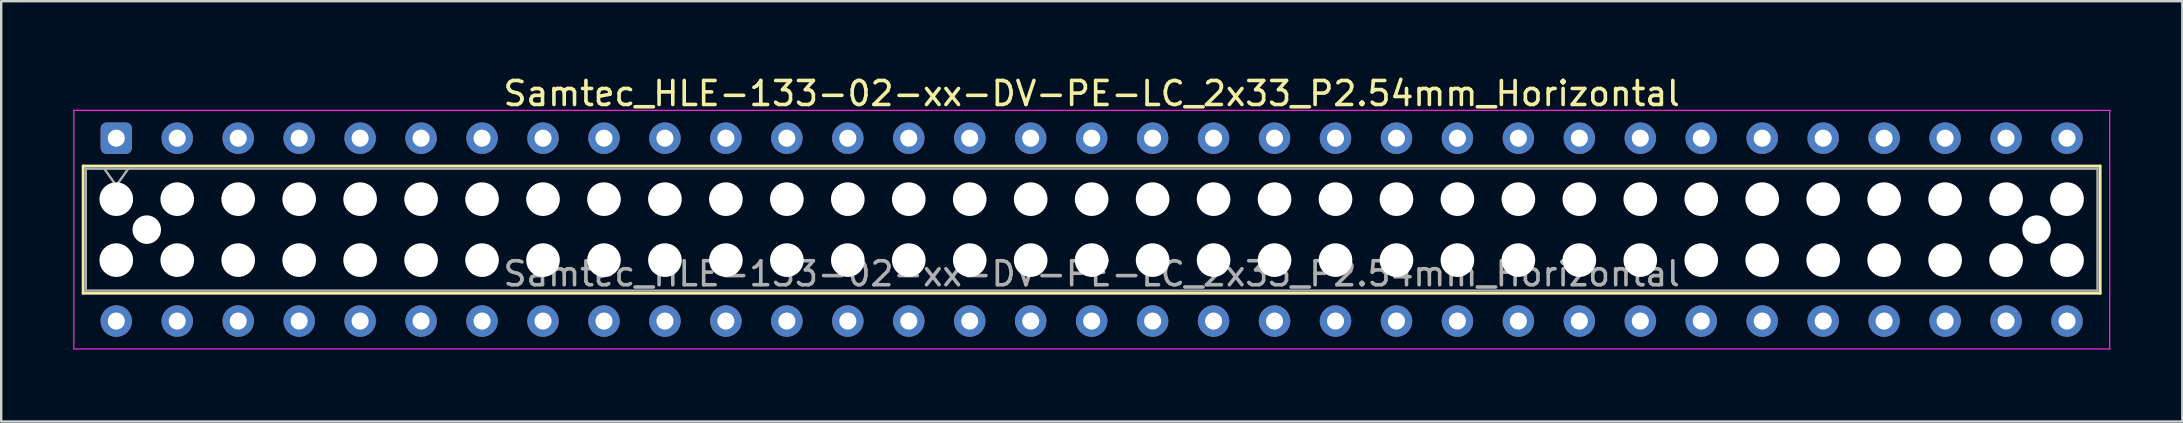
<source format=kicad_pcb>
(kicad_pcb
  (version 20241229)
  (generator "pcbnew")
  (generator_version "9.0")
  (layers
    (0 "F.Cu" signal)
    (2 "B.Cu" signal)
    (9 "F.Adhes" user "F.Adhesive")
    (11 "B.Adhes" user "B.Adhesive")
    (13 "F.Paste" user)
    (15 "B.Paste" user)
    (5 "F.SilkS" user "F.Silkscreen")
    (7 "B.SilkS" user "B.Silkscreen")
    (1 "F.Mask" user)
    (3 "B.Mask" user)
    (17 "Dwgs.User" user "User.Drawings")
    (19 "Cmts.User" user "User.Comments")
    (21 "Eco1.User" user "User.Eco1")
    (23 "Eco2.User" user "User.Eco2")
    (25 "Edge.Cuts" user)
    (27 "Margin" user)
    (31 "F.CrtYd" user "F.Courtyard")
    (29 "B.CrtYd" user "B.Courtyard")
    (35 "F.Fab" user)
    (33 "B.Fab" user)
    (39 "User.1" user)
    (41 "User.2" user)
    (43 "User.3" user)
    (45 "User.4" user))
  (footprint "Samtec_HLE-133-02-xx-DV-PE-LC_2x33_P2.54mm_Horizontal"
    (layer "F.Cu")
    (at 1.795 2.708)
    (property "Reference" "Samtec_HLE-133-02-xx-DV-PE-LC_2x33_P2.54mm_Horizontal" (at 40.64 -1.86 0) (layer "F.SilkS") (effects (font (size 1 1) (thickness 0.15))))
    (attr through_hole)
    (fp_line (start -1.38 1.16) (end 82.66 1.16) (stroke (width 0.12) (type solid)) (layer "F.SilkS"))
    (fp_line (start -1.38 6.46) (end -1.38 1.16) (stroke (width 0.12) (type solid)) (layer "F.SilkS"))
    (fp_line (start 82.66 1.16) (end 82.66 6.46) (stroke (width 0.12) (type solid)) (layer "F.SilkS"))
    (fp_line (start 82.66 6.46) (end -1.38 6.46) (stroke (width 0.12) (type solid)) (layer "F.SilkS"))
    (fp_line (start -1.77 -1.16) (end 83.06 -1.16) (stroke (width 0.05) (type solid)) (layer "F.CrtYd"))
    (fp_line (start -1.77 8.78) (end -1.77 -1.16) (stroke (width 0.05) (type solid)) (layer "F.CrtYd"))
    (fp_line (start 83.06 -1.16) (end 83.06 8.78) (stroke (width 0.05) (type solid)) (layer "F.CrtYd"))
    (fp_line (start 83.06 8.78) (end -1.77 8.78) (stroke (width 0.05) (type solid)) (layer "F.CrtYd"))
    (fp_line (start -1.27 1.27) (end 82.55 1.27) (stroke (width 0.1) (type solid)) (layer "F.Fab"))
    (fp_line (start -1.27 6.35) (end -1.27 1.27) (stroke (width 0.1) (type solid)) (layer "F.Fab"))
    (fp_line (start -0.5 1.27) (end 0 1.977) (stroke (width 0.1) (type solid)) (layer "F.Fab"))
    (fp_line (start 0 1.977) (end 0.5 1.27) (stroke (width 0.1) (type solid)) (layer "F.Fab"))
    (fp_line (start 82.55 1.27) (end 82.55 6.35) (stroke (width 0.1) (type solid)) (layer "F.Fab"))
    (fp_line (start 82.55 6.35) (end -1.27 6.35) (stroke (width 0.1) (type solid)) (layer "F.Fab"))
    (fp_text user "${REFERENCE}" (at 40.64 5.65 0) (layer "F.Fab") (effects (font (size 1 1) (thickness 0.15))))
    (pad "" np_thru_hole circle (at 0 2.54) (size 1.4 1.4) (drill 1.4) (layers "*.Cu" "*.Mask"))
    (pad "" np_thru_hole circle (at 0 5.08) (size 1.4 1.4) (drill 1.4) (layers "*.Cu" "*.Mask"))
    (pad "" np_thru_hole circle (at 1.27 3.81) (size 1.19 1.19) (drill 1.19) (layers "*.Cu" "*.Mask"))
    (pad "" np_thru_hole circle (at 2.54 2.54) (size 1.4 1.4) (drill 1.4) (layers "*.Cu" "*.Mask"))
    (pad "" np_thru_hole circle (at 2.54 5.08) (size 1.4 1.4) (drill 1.4) (layers "*.Cu" "*.Mask"))
    (pad "" np_thru_hole circle (at 5.08 2.54) (size 1.4 1.4) (drill 1.4) (layers "*.Cu" "*.Mask"))
    (pad "" np_thru_hole circle (at 5.08 5.08) (size 1.4 1.4) (drill 1.4) (layers "*.Cu" "*.Mask"))
    (pad "" np_thru_hole circle (at 7.62 2.54) (size 1.4 1.4) (drill 1.4) (layers "*.Cu" "*.Mask"))
    (pad "" np_thru_hole circle (at 7.62 5.08) (size 1.4 1.4) (drill 1.4) (layers "*.Cu" "*.Mask"))
    (pad "" np_thru_hole circle (at 10.16 2.54) (size 1.4 1.4) (drill 1.4) (layers "*.Cu" "*.Mask"))
    (pad "" np_thru_hole circle (at 10.16 5.08) (size 1.4 1.4) (drill 1.4) (layers "*.Cu" "*.Mask"))
    (pad "" np_thru_hole circle (at 12.7 2.54) (size 1.4 1.4) (drill 1.4) (layers "*.Cu" "*.Mask"))
    (pad "" np_thru_hole circle (at 12.7 5.08) (size 1.4 1.4) (drill 1.4) (layers "*.Cu" "*.Mask"))
    (pad "" np_thru_hole circle (at 15.24 2.54) (size 1.4 1.4) (drill 1.4) (layers "*.Cu" "*.Mask"))
    (pad "" np_thru_hole circle (at 15.24 5.08) (size 1.4 1.4) (drill 1.4) (layers "*.Cu" "*.Mask"))
    (pad "" np_thru_hole circle (at 17.78 2.54) (size 1.4 1.4) (drill 1.4) (layers "*.Cu" "*.Mask"))
    (pad "" np_thru_hole circle (at 17.78 5.08) (size 1.4 1.4) (drill 1.4) (layers "*.Cu" "*.Mask"))
    (pad "" np_thru_hole circle (at 20.32 2.54) (size 1.4 1.4) (drill 1.4) (layers "*.Cu" "*.Mask"))
    (pad "" np_thru_hole circle (at 20.32 5.08) (size 1.4 1.4) (drill 1.4) (layers "*.Cu" "*.Mask"))
    (pad "" np_thru_hole circle (at 22.86 2.54) (size 1.4 1.4) (drill 1.4) (layers "*.Cu" "*.Mask"))
    (pad "" np_thru_hole circle (at 22.86 5.08) (size 1.4 1.4) (drill 1.4) (layers "*.Cu" "*.Mask"))
    (pad "" np_thru_hole circle (at 25.4 2.54) (size 1.4 1.4) (drill 1.4) (layers "*.Cu" "*.Mask"))
    (pad "" np_thru_hole circle (at 25.4 5.08) (size 1.4 1.4) (drill 1.4) (layers "*.Cu" "*.Mask"))
    (pad "" np_thru_hole circle (at 27.94 2.54) (size 1.4 1.4) (drill 1.4) (layers "*.Cu" "*.Mask"))
    (pad "" np_thru_hole circle (at 27.94 5.08) (size 1.4 1.4) (drill 1.4) (layers "*.Cu" "*.Mask"))
    (pad "" np_thru_hole circle (at 30.48 2.54) (size 1.4 1.4) (drill 1.4) (layers "*.Cu" "*.Mask"))
    (pad "" np_thru_hole circle (at 30.48 5.08) (size 1.4 1.4) (drill 1.4) (layers "*.Cu" "*.Mask"))
    (pad "" np_thru_hole circle (at 33.02 2.54) (size 1.4 1.4) (drill 1.4) (layers "*.Cu" "*.Mask"))
    (pad "" np_thru_hole circle (at 33.02 5.08) (size 1.4 1.4) (drill 1.4) (layers "*.Cu" "*.Mask"))
    (pad "" np_thru_hole circle (at 35.56 2.54) (size 1.4 1.4) (drill 1.4) (layers "*.Cu" "*.Mask"))
    (pad "" np_thru_hole circle (at 35.56 5.08) (size 1.4 1.4) (drill 1.4) (layers "*.Cu" "*.Mask"))
    (pad "" np_thru_hole circle (at 38.1 2.54) (size 1.4 1.4) (drill 1.4) (layers "*.Cu" "*.Mask"))
    (pad "" np_thru_hole circle (at 38.1 5.08) (size 1.4 1.4) (drill 1.4) (layers "*.Cu" "*.Mask"))
    (pad "" np_thru_hole circle (at 40.64 2.54) (size 1.4 1.4) (drill 1.4) (layers "*.Cu" "*.Mask"))
    (pad "" np_thru_hole circle (at 40.64 5.08) (size 1.4 1.4) (drill 1.4) (layers "*.Cu" "*.Mask"))
    (pad "" np_thru_hole circle (at 43.18 2.54) (size 1.4 1.4) (drill 1.4) (layers "*.Cu" "*.Mask"))
    (pad "" np_thru_hole circle (at 43.18 5.08) (size 1.4 1.4) (drill 1.4) (layers "*.Cu" "*.Mask"))
    (pad "" np_thru_hole circle (at 45.72 2.54) (size 1.4 1.4) (drill 1.4) (layers "*.Cu" "*.Mask"))
    (pad "" np_thru_hole circle (at 45.72 5.08) (size 1.4 1.4) (drill 1.4) (layers "*.Cu" "*.Mask"))
    (pad "" np_thru_hole circle (at 48.26 2.54) (size 1.4 1.4) (drill 1.4) (layers "*.Cu" "*.Mask"))
    (pad "" np_thru_hole circle (at 48.26 5.08) (size 1.4 1.4) (drill 1.4) (layers "*.Cu" "*.Mask"))
    (pad "" np_thru_hole circle (at 50.8 2.54) (size 1.4 1.4) (drill 1.4) (layers "*.Cu" "*.Mask"))
    (pad "" np_thru_hole circle (at 50.8 5.08) (size 1.4 1.4) (drill 1.4) (layers "*.Cu" "*.Mask"))
    (pad "" np_thru_hole circle (at 53.34 2.54) (size 1.4 1.4) (drill 1.4) (layers "*.Cu" "*.Mask"))
    (pad "" np_thru_hole circle (at 53.34 5.08) (size 1.4 1.4) (drill 1.4) (layers "*.Cu" "*.Mask"))
    (pad "" np_thru_hole circle (at 55.88 2.54) (size 1.4 1.4) (drill 1.4) (layers "*.Cu" "*.Mask"))
    (pad "" np_thru_hole circle (at 55.88 5.08) (size 1.4 1.4) (drill 1.4) (layers "*.Cu" "*.Mask"))
    (pad "" np_thru_hole circle (at 58.42 2.54) (size 1.4 1.4) (drill 1.4) (layers "*.Cu" "*.Mask"))
    (pad "" np_thru_hole circle (at 58.42 5.08) (size 1.4 1.4) (drill 1.4) (layers "*.Cu" "*.Mask"))
    (pad "" np_thru_hole circle (at 60.96 2.54) (size 1.4 1.4) (drill 1.4) (layers "*.Cu" "*.Mask"))
    (pad "" np_thru_hole circle (at 60.96 5.08) (size 1.4 1.4) (drill 1.4) (layers "*.Cu" "*.Mask"))
    (pad "" np_thru_hole circle (at 63.5 2.54) (size 1.4 1.4) (drill 1.4) (layers "*.Cu" "*.Mask"))
    (pad "" np_thru_hole circle (at 63.5 5.08) (size 1.4 1.4) (drill 1.4) (layers "*.Cu" "*.Mask"))
    (pad "" np_thru_hole circle (at 66.04 2.54) (size 1.4 1.4) (drill 1.4) (layers "*.Cu" "*.Mask"))
    (pad "" np_thru_hole circle (at 66.04 5.08) (size 1.4 1.4) (drill 1.4) (layers "*.Cu" "*.Mask"))
    (pad "" np_thru_hole circle (at 68.58 2.54) (size 1.4 1.4) (drill 1.4) (layers "*.Cu" "*.Mask"))
    (pad "" np_thru_hole circle (at 68.58 5.08) (size 1.4 1.4) (drill 1.4) (layers "*.Cu" "*.Mask"))
    (pad "" np_thru_hole circle (at 71.12 2.54) (size 1.4 1.4) (drill 1.4) (layers "*.Cu" "*.Mask"))
    (pad "" np_thru_hole circle (at 71.12 5.08) (size 1.4 1.4) (drill 1.4) (layers "*.Cu" "*.Mask"))
    (pad "" np_thru_hole circle (at 73.66 2.54) (size 1.4 1.4) (drill 1.4) (layers "*.Cu" "*.Mask"))
    (pad "" np_thru_hole circle (at 73.66 5.08) (size 1.4 1.4) (drill 1.4) (layers "*.Cu" "*.Mask"))
    (pad "" np_thru_hole circle (at 76.2 2.54) (size 1.4 1.4) (drill 1.4) (layers "*.Cu" "*.Mask"))
    (pad "" np_thru_hole circle (at 76.2 5.08) (size 1.4 1.4) (drill 1.4) (layers "*.Cu" "*.Mask"))
    (pad "" np_thru_hole circle (at 78.74 2.54) (size 1.4 1.4) (drill 1.4) (layers "*.Cu" "*.Mask"))
    (pad "" np_thru_hole circle (at 78.74 5.08) (size 1.4 1.4) (drill 1.4) (layers "*.Cu" "*.Mask"))
    (pad "" np_thru_hole circle (at 80.01 3.81) (size 1.19 1.19) (drill 1.19) (layers "*.Cu" "*.Mask"))
    (pad "" np_thru_hole circle (at 81.28 2.54) (size 1.4 1.4) (drill 1.4) (layers "*.Cu" "*.Mask"))
    (pad "" np_thru_hole circle (at 81.28 5.08) (size 1.4 1.4) (drill 1.4) (layers "*.Cu" "*.Mask"))
    (pad "1" thru_hole roundrect (at 0 0) (size 1.31 1.31) (drill 0.71) (layers "*.Cu" "*.Mask") (roundrect_rratio 0.191))
    (pad "2" thru_hole circle (at 0 7.62) (size 1.31 1.31) (drill 0.71) (layers "*.Cu" "*.Mask"))
    (pad "3" thru_hole circle (at 2.54 0) (size 1.31 1.31) (drill 0.71) (layers "*.Cu" "*.Mask"))
    (pad "4" thru_hole circle (at 2.54 7.62) (size 1.31 1.31) (drill 0.71) (layers "*.Cu" "*.Mask"))
    (pad "5" thru_hole circle (at 5.08 0) (size 1.31 1.31) (drill 0.71) (layers "*.Cu" "*.Mask"))
    (pad "6" thru_hole circle (at 5.08 7.62) (size 1.31 1.31) (drill 0.71) (layers "*.Cu" "*.Mask"))
    (pad "7" thru_hole circle (at 7.62 0) (size 1.31 1.31) (drill 0.71) (layers "*.Cu" "*.Mask"))
    (pad "8" thru_hole circle (at 7.62 7.62) (size 1.31 1.31) (drill 0.71) (layers "*.Cu" "*.Mask"))
    (pad "9" thru_hole circle (at 10.16 0) (size 1.31 1.31) (drill 0.71) (layers "*.Cu" "*.Mask"))
    (pad "10" thru_hole circle (at 10.16 7.62) (size 1.31 1.31) (drill 0.71) (layers "*.Cu" "*.Mask"))
    (pad "11" thru_hole circle (at 12.7 0) (size 1.31 1.31) (drill 0.71) (layers "*.Cu" "*.Mask"))
    (pad "12" thru_hole circle (at 12.7 7.62) (size 1.31 1.31) (drill 0.71) (layers "*.Cu" "*.Mask"))
    (pad "13" thru_hole circle (at 15.24 0) (size 1.31 1.31) (drill 0.71) (layers "*.Cu" "*.Mask"))
    (pad "14" thru_hole circle (at 15.24 7.62) (size 1.31 1.31) (drill 0.71) (layers "*.Cu" "*.Mask"))
    (pad "15" thru_hole circle (at 17.78 0) (size 1.31 1.31) (drill 0.71) (layers "*.Cu" "*.Mask"))
    (pad "16" thru_hole circle (at 17.78 7.62) (size 1.31 1.31) (drill 0.71) (layers "*.Cu" "*.Mask"))
    (pad "17" thru_hole circle (at 20.32 0) (size 1.31 1.31) (drill 0.71) (layers "*.Cu" "*.Mask"))
    (pad "18" thru_hole circle (at 20.32 7.62) (size 1.31 1.31) (drill 0.71) (layers "*.Cu" "*.Mask"))
    (pad "19" thru_hole circle (at 22.86 0) (size 1.31 1.31) (drill 0.71) (layers "*.Cu" "*.Mask"))
    (pad "20" thru_hole circle (at 22.86 7.62) (size 1.31 1.31) (drill 0.71) (layers "*.Cu" "*.Mask"))
    (pad "21" thru_hole circle (at 25.4 0) (size 1.31 1.31) (drill 0.71) (layers "*.Cu" "*.Mask"))
    (pad "22" thru_hole circle (at 25.4 7.62) (size 1.31 1.31) (drill 0.71) (layers "*.Cu" "*.Mask"))
    (pad "23" thru_hole circle (at 27.94 0) (size 1.31 1.31) (drill 0.71) (layers "*.Cu" "*.Mask"))
    (pad "24" thru_hole circle (at 27.94 7.62) (size 1.31 1.31) (drill 0.71) (layers "*.Cu" "*.Mask"))
    (pad "25" thru_hole circle (at 30.48 0) (size 1.31 1.31) (drill 0.71) (layers "*.Cu" "*.Mask"))
    (pad "26" thru_hole circle (at 30.48 7.62) (size 1.31 1.31) (drill 0.71) (layers "*.Cu" "*.Mask"))
    (pad "27" thru_hole circle (at 33.02 0) (size 1.31 1.31) (drill 0.71) (layers "*.Cu" "*.Mask"))
    (pad "28" thru_hole circle (at 33.02 7.62) (size 1.31 1.31) (drill 0.71) (layers "*.Cu" "*.Mask"))
    (pad "29" thru_hole circle (at 35.56 0) (size 1.31 1.31) (drill 0.71) (layers "*.Cu" "*.Mask"))
    (pad "30" thru_hole circle (at 35.56 7.62) (size 1.31 1.31) (drill 0.71) (layers "*.Cu" "*.Mask"))
    (pad "31" thru_hole circle (at 38.1 0) (size 1.31 1.31) (drill 0.71) (layers "*.Cu" "*.Mask"))
    (pad "32" thru_hole circle (at 38.1 7.62) (size 1.31 1.31) (drill 0.71) (layers "*.Cu" "*.Mask"))
    (pad "33" thru_hole circle (at 40.64 0) (size 1.31 1.31) (drill 0.71) (layers "*.Cu" "*.Mask"))
    (pad "34" thru_hole circle (at 40.64 7.62) (size 1.31 1.31) (drill 0.71) (layers "*.Cu" "*.Mask"))
    (pad "35" thru_hole circle (at 43.18 0) (size 1.31 1.31) (drill 0.71) (layers "*.Cu" "*.Mask"))
    (pad "36" thru_hole circle (at 43.18 7.62) (size 1.31 1.31) (drill 0.71) (layers "*.Cu" "*.Mask"))
    (pad "37" thru_hole circle (at 45.72 0) (size 1.31 1.31) (drill 0.71) (layers "*.Cu" "*.Mask"))
    (pad "38" thru_hole circle (at 45.72 7.62) (size 1.31 1.31) (drill 0.71) (layers "*.Cu" "*.Mask"))
    (pad "39" thru_hole circle (at 48.26 0) (size 1.31 1.31) (drill 0.71) (layers "*.Cu" "*.Mask"))
    (pad "40" thru_hole circle (at 48.26 7.62) (size 1.31 1.31) (drill 0.71) (layers "*.Cu" "*.Mask"))
    (pad "41" thru_hole circle (at 50.8 0) (size 1.31 1.31) (drill 0.71) (layers "*.Cu" "*.Mask"))
    (pad "42" thru_hole circle (at 50.8 7.62) (size 1.31 1.31) (drill 0.71) (layers "*.Cu" "*.Mask"))
    (pad "43" thru_hole circle (at 53.34 0) (size 1.31 1.31) (drill 0.71) (layers "*.Cu" "*.Mask"))
    (pad "44" thru_hole circle (at 53.34 7.62) (size 1.31 1.31) (drill 0.71) (layers "*.Cu" "*.Mask"))
    (pad "45" thru_hole circle (at 55.88 0) (size 1.31 1.31) (drill 0.71) (layers "*.Cu" "*.Mask"))
    (pad "46" thru_hole circle (at 55.88 7.62) (size 1.31 1.31) (drill 0.71) (layers "*.Cu" "*.Mask"))
    (pad "47" thru_hole circle (at 58.42 0) (size 1.31 1.31) (drill 0.71) (layers "*.Cu" "*.Mask"))
    (pad "48" thru_hole circle (at 58.42 7.62) (size 1.31 1.31) (drill 0.71) (layers "*.Cu" "*.Mask"))
    (pad "49" thru_hole circle (at 60.96 0) (size 1.31 1.31) (drill 0.71) (layers "*.Cu" "*.Mask"))
    (pad "50" thru_hole circle (at 60.96 7.62) (size 1.31 1.31) (drill 0.71) (layers "*.Cu" "*.Mask"))
    (pad "51" thru_hole circle (at 63.5 0) (size 1.31 1.31) (drill 0.71) (layers "*.Cu" "*.Mask"))
    (pad "52" thru_hole circle (at 63.5 7.62) (size 1.31 1.31) (drill 0.71) (layers "*.Cu" "*.Mask"))
    (pad "53" thru_hole circle (at 66.04 0) (size 1.31 1.31) (drill 0.71) (layers "*.Cu" "*.Mask"))
    (pad "54" thru_hole circle (at 66.04 7.62) (size 1.31 1.31) (drill 0.71) (layers "*.Cu" "*.Mask"))
    (pad "55" thru_hole circle (at 68.58 0) (size 1.31 1.31) (drill 0.71) (layers "*.Cu" "*.Mask"))
    (pad "56" thru_hole circle (at 68.58 7.62) (size 1.31 1.31) (drill 0.71) (layers "*.Cu" "*.Mask"))
    (pad "57" thru_hole circle (at 71.12 0) (size 1.31 1.31) (drill 0.71) (layers "*.Cu" "*.Mask"))
    (pad "58" thru_hole circle (at 71.12 7.62) (size 1.31 1.31) (drill 0.71) (layers "*.Cu" "*.Mask"))
    (pad "59" thru_hole circle (at 73.66 0) (size 1.31 1.31) (drill 0.71) (layers "*.Cu" "*.Mask"))
    (pad "60" thru_hole circle (at 73.66 7.62) (size 1.31 1.31) (drill 0.71) (layers "*.Cu" "*.Mask"))
    (pad "61" thru_hole circle (at 76.2 0) (size 1.31 1.31) (drill 0.71) (layers "*.Cu" "*.Mask"))
    (pad "62" thru_hole circle (at 76.2 7.62) (size 1.31 1.31) (drill 0.71) (layers "*.Cu" "*.Mask"))
    (pad "63" thru_hole circle (at 78.74 0) (size 1.31 1.31) (drill 0.71) (layers "*.Cu" "*.Mask"))
    (pad "64" thru_hole circle (at 78.74 7.62) (size 1.31 1.31) (drill 0.71) (layers "*.Cu" "*.Mask"))
    (pad "65" thru_hole circle (at 81.28 0) (size 1.31 1.31) (drill 0.71) (layers "*.Cu" "*.Mask"))
    (pad "66" thru_hole circle (at 81.28 7.62) (size 1.31 1.31) (drill 0.71) (layers "*.Cu" "*.Mask")))
  (gr_rect
    (start -3 -3)
    (end 87.88 14.513)
    (stroke (width 0.1) (type default))
    (fill no)
    (layer "Edge.Cuts")))
</source>
